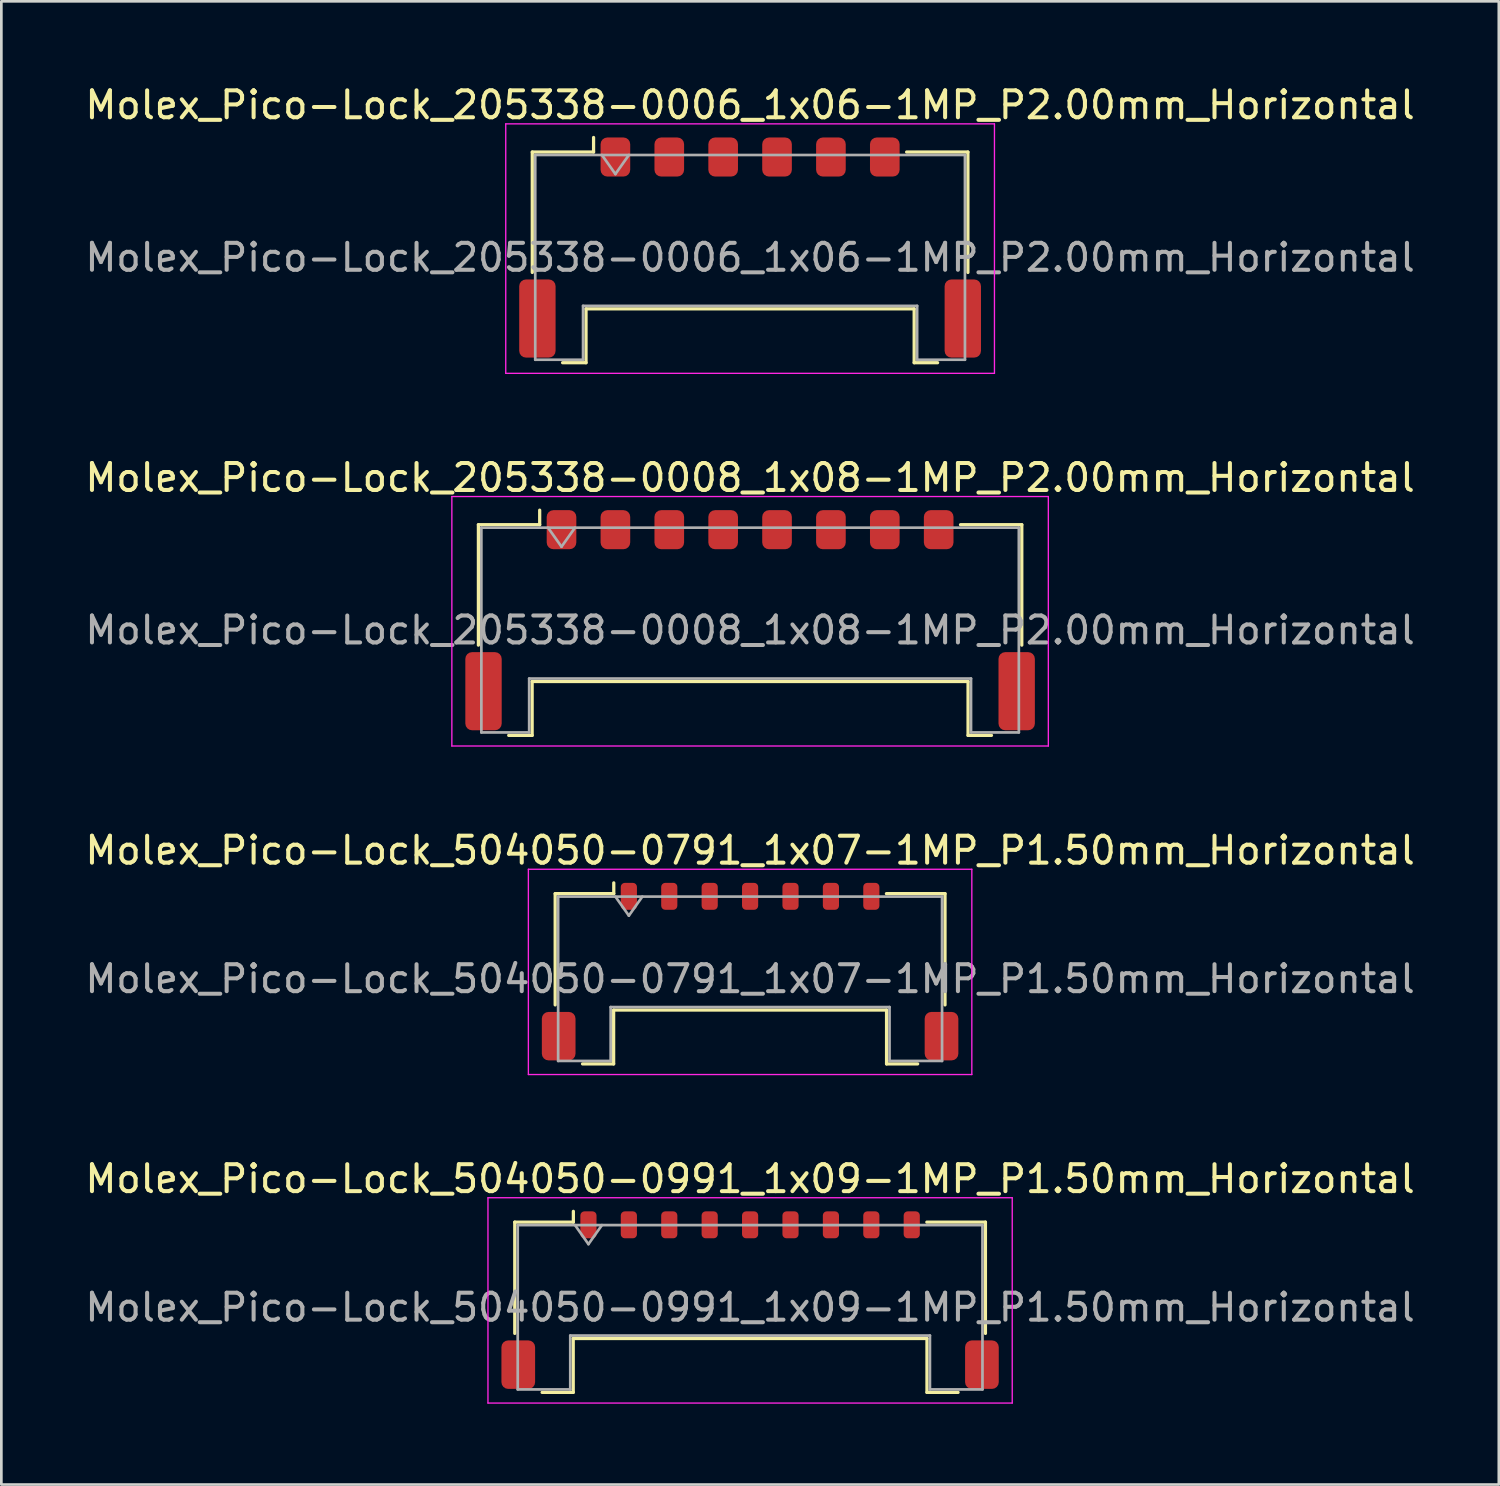
<source format=kicad_pcb>
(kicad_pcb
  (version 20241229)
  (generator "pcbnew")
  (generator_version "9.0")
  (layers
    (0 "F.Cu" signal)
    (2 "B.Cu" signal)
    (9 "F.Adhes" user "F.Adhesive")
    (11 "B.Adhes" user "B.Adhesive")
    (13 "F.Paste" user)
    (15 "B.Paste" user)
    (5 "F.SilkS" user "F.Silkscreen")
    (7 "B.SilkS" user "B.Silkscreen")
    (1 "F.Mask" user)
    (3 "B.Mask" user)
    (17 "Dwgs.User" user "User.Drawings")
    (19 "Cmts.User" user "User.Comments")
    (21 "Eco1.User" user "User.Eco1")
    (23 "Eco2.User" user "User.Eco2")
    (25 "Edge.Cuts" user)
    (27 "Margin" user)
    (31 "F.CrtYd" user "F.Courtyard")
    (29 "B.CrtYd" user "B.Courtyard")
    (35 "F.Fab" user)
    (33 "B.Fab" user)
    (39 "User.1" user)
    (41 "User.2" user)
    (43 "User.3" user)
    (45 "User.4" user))
  (footprint "Molex_Pico-Lock_504050-0991_1x09-1MP_P1.50mm_Horizontal"
    (layer "F.Cu")
    (at 24.792 45.208)
    (property "Reference" "Molex_Pico-Lock_504050-0991_1x09-1MP_P1.50mm_Horizontal" (at 0 -4.5 0) (layer "F.SilkS") (effects (font (size 1 1) (thickness 0.15))))
    (attr smd)
    (fp_line (start -8.735 -2.895) (end -6.56 -2.895) (stroke (width 0.12) (type solid)) (layer "F.SilkS"))
    (fp_line (start -8.735 1.235) (end -8.735 -2.895) (stroke (width 0.12) (type solid)) (layer "F.SilkS"))
    (fp_line (start -7.72 3.425) (end -6.565 3.425) (stroke (width 0.12) (type solid)) (layer "F.SilkS"))
    (fp_line (start -6.565 1.425) (end 6.565 1.425) (stroke (width 0.12) (type solid)) (layer "F.SilkS"))
    (fp_line (start -6.565 3.425) (end -6.565 1.425) (stroke (width 0.12) (type solid)) (layer "F.SilkS"))
    (fp_line (start -6.56 -2.895) (end -6.56 -3.295) (stroke (width 0.12) (type solid)) (layer "F.SilkS"))
    (fp_line (start 6.565 1.425) (end 6.565 3.425) (stroke (width 0.12) (type solid)) (layer "F.SilkS"))
    (fp_line (start 6.565 3.425) (end 7.72 3.425) (stroke (width 0.12) (type solid)) (layer "F.SilkS"))
    (fp_line (start 8.735 -2.895) (end 6.56 -2.895) (stroke (width 0.12) (type solid)) (layer "F.SilkS"))
    (fp_line (start 8.735 1.235) (end 8.735 -2.895) (stroke (width 0.12) (type solid)) (layer "F.SilkS"))
    (fp_line (start -9.73 -3.8) (end -9.73 3.82) (stroke (width 0.05) (type solid)) (layer "F.CrtYd"))
    (fp_line (start -9.73 3.82) (end 9.73 3.82) (stroke (width 0.05) (type solid)) (layer "F.CrtYd"))
    (fp_line (start 9.73 -3.8) (end -9.73 -3.8) (stroke (width 0.05) (type solid)) (layer "F.CrtYd"))
    (fp_line (start 9.73 3.82) (end 9.73 -3.8) (stroke (width 0.05) (type solid)) (layer "F.CrtYd"))
    (fp_line (start -8.625 -2.785) (end -8.625 3.315) (stroke (width 0.1) (type solid)) (layer "F.Fab"))
    (fp_line (start -8.625 -2.785) (end 8.625 -2.785) (stroke (width 0.1) (type solid)) (layer "F.Fab"))
    (fp_line (start -8.625 3.315) (end -6.675 3.315) (stroke (width 0.1) (type solid)) (layer "F.Fab"))
    (fp_line (start -6.675 1.315) (end 6.675 1.315) (stroke (width 0.1) (type solid)) (layer "F.Fab"))
    (fp_line (start -6.675 3.315) (end -6.675 1.315) (stroke (width 0.1) (type solid)) (layer "F.Fab"))
    (fp_line (start -6.5 -2.785) (end -6 -2.078) (stroke (width 0.1) (type solid)) (layer "F.Fab"))
    (fp_line (start -6 -2.078) (end -5.5 -2.785) (stroke (width 0.1) (type solid)) (layer "F.Fab"))
    (fp_line (start 6.675 1.315) (end 6.675 3.315) (stroke (width 0.1) (type solid)) (layer "F.Fab"))
    (fp_line (start 6.675 3.315) (end 8.625 3.315) (stroke (width 0.1) (type solid)) (layer "F.Fab"))
    (fp_line (start 8.625 -2.785) (end 8.625 3.315) (stroke (width 0.1) (type solid)) (layer "F.Fab"))
    (fp_text user "${REFERENCE}" (at 0 0.27 0) (layer "F.Fab") (effects (font (size 1 1) (thickness 0.15))))
    (pad "1" smd roundrect (at -6 -2.795) (size 0.6 1) (layers "F.Cu" "F.Mask" "F.Paste") (roundrect_rratio 0.25))
    (pad "2" smd roundrect (at -4.5 -2.795) (size 0.6 1) (layers "F.Cu" "F.Mask" "F.Paste") (roundrect_rratio 0.25))
    (pad "3" smd roundrect (at -3 -2.795) (size 0.6 1) (layers "F.Cu" "F.Mask" "F.Paste") (roundrect_rratio 0.25))
    (pad "4" smd roundrect (at -1.5 -2.795) (size 0.6 1) (layers "F.Cu" "F.Mask" "F.Paste") (roundrect_rratio 0.25))
    (pad "5" smd roundrect (at 0 -2.795) (size 0.6 1) (layers "F.Cu" "F.Mask" "F.Paste") (roundrect_rratio 0.25))
    (pad "6" smd roundrect (at 1.5 -2.795) (size 0.6 1) (layers "F.Cu" "F.Mask" "F.Paste") (roundrect_rratio 0.25))
    (pad "7" smd roundrect (at 3 -2.795) (size 0.6 1) (layers "F.Cu" "F.Mask" "F.Paste") (roundrect_rratio 0.25))
    (pad "8" smd roundrect (at 4.5 -2.795) (size 0.6 1) (layers "F.Cu" "F.Mask" "F.Paste") (roundrect_rratio 0.25))
    (pad "9" smd roundrect (at 6 -2.795) (size 0.6 1) (layers "F.Cu" "F.Mask" "F.Paste") (roundrect_rratio 0.25))
    (pad "MP" smd roundrect (at -8.605 2.395) (size 1.25 1.8) (layers "F.Cu" "F.Mask" "F.Paste") (roundrect_rratio 0.2))
    (pad "MP" smd roundrect (at 8.605 2.395) (size 1.25 1.8) (layers "F.Cu" "F.Mask" "F.Paste") (roundrect_rratio 0.2)))
  (footprint "Molex_Pico-Lock_504050-0791_1x07-1MP_P1.50mm_Horizontal"
    (layer "F.Cu")
    (at 24.792 33.015)
    (property "Reference" "Molex_Pico-Lock_504050-0791_1x07-1MP_P1.50mm_Horizontal" (at 0 -4.5 0) (layer "F.SilkS") (effects (font (size 1 1) (thickness 0.15))))
    (attr smd)
    (fp_line (start -7.235 -2.895) (end -5.06 -2.895) (stroke (width 0.12) (type solid)) (layer "F.SilkS"))
    (fp_line (start -7.235 1.235) (end -7.235 -2.895) (stroke (width 0.12) (type solid)) (layer "F.SilkS"))
    (fp_line (start -6.22 3.425) (end -5.065 3.425) (stroke (width 0.12) (type solid)) (layer "F.SilkS"))
    (fp_line (start -5.065 1.425) (end 5.065 1.425) (stroke (width 0.12) (type solid)) (layer "F.SilkS"))
    (fp_line (start -5.065 3.425) (end -5.065 1.425) (stroke (width 0.12) (type solid)) (layer "F.SilkS"))
    (fp_line (start -5.06 -2.895) (end -5.06 -3.295) (stroke (width 0.12) (type solid)) (layer "F.SilkS"))
    (fp_line (start 5.065 1.425) (end 5.065 3.425) (stroke (width 0.12) (type solid)) (layer "F.SilkS"))
    (fp_line (start 5.065 3.425) (end 6.22 3.425) (stroke (width 0.12) (type solid)) (layer "F.SilkS"))
    (fp_line (start 7.235 -2.895) (end 5.06 -2.895) (stroke (width 0.12) (type solid)) (layer "F.SilkS"))
    (fp_line (start 7.235 1.235) (end 7.235 -2.895) (stroke (width 0.12) (type solid)) (layer "F.SilkS"))
    (fp_line (start -8.23 -3.8) (end -8.23 3.82) (stroke (width 0.05) (type solid)) (layer "F.CrtYd"))
    (fp_line (start -8.23 3.82) (end 8.23 3.82) (stroke (width 0.05) (type solid)) (layer "F.CrtYd"))
    (fp_line (start 8.23 -3.8) (end -8.23 -3.8) (stroke (width 0.05) (type solid)) (layer "F.CrtYd"))
    (fp_line (start 8.23 3.82) (end 8.23 -3.8) (stroke (width 0.05) (type solid)) (layer "F.CrtYd"))
    (fp_line (start -7.125 -2.785) (end -7.125 3.315) (stroke (width 0.1) (type solid)) (layer "F.Fab"))
    (fp_line (start -7.125 -2.785) (end 7.125 -2.785) (stroke (width 0.1) (type solid)) (layer "F.Fab"))
    (fp_line (start -7.125 3.315) (end -5.175 3.315) (stroke (width 0.1) (type solid)) (layer "F.Fab"))
    (fp_line (start -5.175 1.315) (end 5.175 1.315) (stroke (width 0.1) (type solid)) (layer "F.Fab"))
    (fp_line (start -5.175 3.315) (end -5.175 1.315) (stroke (width 0.1) (type solid)) (layer "F.Fab"))
    (fp_line (start -5 -2.785) (end -4.5 -2.078) (stroke (width 0.1) (type solid)) (layer "F.Fab"))
    (fp_line (start -4.5 -2.078) (end -4 -2.785) (stroke (width 0.1) (type solid)) (layer "F.Fab"))
    (fp_line (start 5.175 1.315) (end 5.175 3.315) (stroke (width 0.1) (type solid)) (layer "F.Fab"))
    (fp_line (start 5.175 3.315) (end 7.125 3.315) (stroke (width 0.1) (type solid)) (layer "F.Fab"))
    (fp_line (start 7.125 -2.785) (end 7.125 3.315) (stroke (width 0.1) (type solid)) (layer "F.Fab"))
    (fp_text user "${REFERENCE}" (at 0 0.27 0) (layer "F.Fab") (effects (font (size 1 1) (thickness 0.15))))
    (pad "1" smd roundrect (at -4.5 -2.795) (size 0.6 1) (layers "F.Cu" "F.Mask" "F.Paste") (roundrect_rratio 0.25))
    (pad "2" smd roundrect (at -3 -2.795) (size 0.6 1) (layers "F.Cu" "F.Mask" "F.Paste") (roundrect_rratio 0.25))
    (pad "3" smd roundrect (at -1.5 -2.795) (size 0.6 1) (layers "F.Cu" "F.Mask" "F.Paste") (roundrect_rratio 0.25))
    (pad "4" smd roundrect (at 0 -2.795) (size 0.6 1) (layers "F.Cu" "F.Mask" "F.Paste") (roundrect_rratio 0.25))
    (pad "5" smd roundrect (at 1.5 -2.795) (size 0.6 1) (layers "F.Cu" "F.Mask" "F.Paste") (roundrect_rratio 0.25))
    (pad "6" smd roundrect (at 3 -2.795) (size 0.6 1) (layers "F.Cu" "F.Mask" "F.Paste") (roundrect_rratio 0.25))
    (pad "7" smd roundrect (at 4.5 -2.795) (size 0.6 1) (layers "F.Cu" "F.Mask" "F.Paste") (roundrect_rratio 0.25))
    (pad "MP" smd roundrect (at -7.105 2.395) (size 1.25 1.8) (layers "F.Cu" "F.Mask" "F.Paste") (roundrect_rratio 0.2))
    (pad "MP" smd roundrect (at 7.105 2.395) (size 1.25 1.8) (layers "F.Cu" "F.Mask" "F.Paste") (roundrect_rratio 0.2)))
  (footprint "Molex_Pico-Lock_205338-0006_1x06-1MP_P2.00mm_Horizontal"
    (layer "F.Cu")
    (at 24.792 6.138)
    (property "Reference" "Molex_Pico-Lock_205338-0006_1x06-1MP_P2.00mm_Horizontal" (at 0 -5.29 0) (layer "F.SilkS") (effects (font (size 1 1) (thickness 0.15))))
    (attr smd)
    (fp_line (start -8.085 -3.545) (end -5.81 -3.545) (stroke (width 0.12) (type solid)) (layer "F.SilkS"))
    (fp_line (start -8.085 0.925) (end -8.085 -3.545) (stroke (width 0.12) (type solid)) (layer "F.SilkS"))
    (fp_line (start -6.96 4.275) (end -6.09 4.275) (stroke (width 0.12) (type solid)) (layer "F.SilkS"))
    (fp_line (start -6.09 2.275) (end 6.09 2.275) (stroke (width 0.12) (type solid)) (layer "F.SilkS"))
    (fp_line (start -6.09 4.275) (end -6.09 2.275) (stroke (width 0.12) (type solid)) (layer "F.SilkS"))
    (fp_line (start -5.81 -3.545) (end -5.81 -4.085) (stroke (width 0.12) (type solid)) (layer "F.SilkS"))
    (fp_line (start 6.09 2.275) (end 6.09 4.275) (stroke (width 0.12) (type solid)) (layer "F.SilkS"))
    (fp_line (start 6.09 4.275) (end 6.96 4.275) (stroke (width 0.12) (type solid)) (layer "F.SilkS"))
    (fp_line (start 8.085 -3.545) (end 5.81 -3.545) (stroke (width 0.12) (type solid)) (layer "F.SilkS"))
    (fp_line (start 8.085 0.925) (end 8.085 -3.545) (stroke (width 0.12) (type solid)) (layer "F.SilkS"))
    (fp_line (start -9.07 -4.59) (end -9.07 4.67) (stroke (width 0.05) (type solid)) (layer "F.CrtYd"))
    (fp_line (start -9.07 4.67) (end 9.07 4.67) (stroke (width 0.05) (type solid)) (layer "F.CrtYd"))
    (fp_line (start 9.07 -4.59) (end -9.07 -4.59) (stroke (width 0.05) (type solid)) (layer "F.CrtYd"))
    (fp_line (start 9.07 4.67) (end 9.07 -4.59) (stroke (width 0.05) (type solid)) (layer "F.CrtYd"))
    (fp_line (start -7.975 -3.435) (end -7.975 4.165) (stroke (width 0.1) (type solid)) (layer "F.Fab"))
    (fp_line (start -7.975 -3.435) (end 7.975 -3.435) (stroke (width 0.1) (type solid)) (layer "F.Fab"))
    (fp_line (start -7.975 4.165) (end -6.2 4.165) (stroke (width 0.1) (type solid)) (layer "F.Fab"))
    (fp_line (start -6.2 2.165) (end 6.2 2.165) (stroke (width 0.1) (type solid)) (layer "F.Fab"))
    (fp_line (start -6.2 4.165) (end -6.2 2.165) (stroke (width 0.1) (type solid)) (layer "F.Fab"))
    (fp_line (start -5.5 -3.435) (end -5 -2.728) (stroke (width 0.1) (type solid)) (layer "F.Fab"))
    (fp_line (start -5 -2.728) (end -4.5 -3.435) (stroke (width 0.1) (type solid)) (layer "F.Fab"))
    (fp_line (start 6.2 2.165) (end 6.2 4.165) (stroke (width 0.1) (type solid)) (layer "F.Fab"))
    (fp_line (start 6.2 4.165) (end 7.975 4.165) (stroke (width 0.1) (type solid)) (layer "F.Fab"))
    (fp_line (start 7.975 -3.435) (end 7.975 4.165) (stroke (width 0.1) (type solid)) (layer "F.Fab"))
    (fp_text user "${REFERENCE}" (at 0 0.37 0) (layer "F.Fab") (effects (font (size 1 1) (thickness 0.15))))
    (pad "1" smd roundrect (at -5 -3.36) (size 1.1 1.45) (layers "F.Cu" "F.Mask" "F.Paste") (roundrect_rratio 0.227))
    (pad "2" smd roundrect (at -3 -3.36) (size 1.1 1.45) (layers "F.Cu" "F.Mask" "F.Paste") (roundrect_rratio 0.227))
    (pad "3" smd roundrect (at -1 -3.36) (size 1.1 1.45) (layers "F.Cu" "F.Mask" "F.Paste") (roundrect_rratio 0.227))
    (pad "4" smd roundrect (at 1 -3.36) (size 1.1 1.45) (layers "F.Cu" "F.Mask" "F.Paste") (roundrect_rratio 0.227))
    (pad "5" smd roundrect (at 3 -3.36) (size 1.1 1.45) (layers "F.Cu" "F.Mask" "F.Paste") (roundrect_rratio 0.227))
    (pad "6" smd roundrect (at 5 -3.36) (size 1.1 1.45) (layers "F.Cu" "F.Mask" "F.Paste") (roundrect_rratio 0.227))
    (pad "MP" smd roundrect (at -7.895 2.635) (size 1.35 2.9) (layers "F.Cu" "F.Mask" "F.Paste") (roundrect_rratio 0.185))
    (pad "MP" smd roundrect (at 7.895 2.635) (size 1.35 2.9) (layers "F.Cu" "F.Mask" "F.Paste") (roundrect_rratio 0.185)))
  (footprint "Molex_Pico-Lock_205338-0008_1x08-1MP_P2.00mm_Horizontal"
    (layer "F.Cu")
    (at 24.792 19.971)
    (property "Reference" "Molex_Pico-Lock_205338-0008_1x08-1MP_P2.00mm_Horizontal" (at 0 -5.29 0) (layer "F.SilkS") (effects (font (size 1 1) (thickness 0.15))))
    (attr smd)
    (fp_line (start -10.085 -3.545) (end -7.81 -3.545) (stroke (width 0.12) (type solid)) (layer "F.SilkS"))
    (fp_line (start -10.085 0.925) (end -10.085 -3.545) (stroke (width 0.12) (type solid)) (layer "F.SilkS"))
    (fp_line (start -8.96 4.275) (end -8.09 4.275) (stroke (width 0.12) (type solid)) (layer "F.SilkS"))
    (fp_line (start -8.09 2.275) (end 8.09 2.275) (stroke (width 0.12) (type solid)) (layer "F.SilkS"))
    (fp_line (start -8.09 4.275) (end -8.09 2.275) (stroke (width 0.12) (type solid)) (layer "F.SilkS"))
    (fp_line (start -7.81 -3.545) (end -7.81 -4.085) (stroke (width 0.12) (type solid)) (layer "F.SilkS"))
    (fp_line (start 8.09 2.275) (end 8.09 4.275) (stroke (width 0.12) (type solid)) (layer "F.SilkS"))
    (fp_line (start 8.09 4.275) (end 8.96 4.275) (stroke (width 0.12) (type solid)) (layer "F.SilkS"))
    (fp_line (start 10.085 -3.545) (end 7.81 -3.545) (stroke (width 0.12) (type solid)) (layer "F.SilkS"))
    (fp_line (start 10.085 0.925) (end 10.085 -3.545) (stroke (width 0.12) (type solid)) (layer "F.SilkS"))
    (fp_line (start -11.07 -4.59) (end -11.07 4.67) (stroke (width 0.05) (type solid)) (layer "F.CrtYd"))
    (fp_line (start -11.07 4.67) (end 11.07 4.67) (stroke (width 0.05) (type solid)) (layer "F.CrtYd"))
    (fp_line (start 11.07 -4.59) (end -11.07 -4.59) (stroke (width 0.05) (type solid)) (layer "F.CrtYd"))
    (fp_line (start 11.07 4.67) (end 11.07 -4.59) (stroke (width 0.05) (type solid)) (layer "F.CrtYd"))
    (fp_line (start -9.975 -3.435) (end -9.975 4.165) (stroke (width 0.1) (type solid)) (layer "F.Fab"))
    (fp_line (start -9.975 -3.435) (end 9.975 -3.435) (stroke (width 0.1) (type solid)) (layer "F.Fab"))
    (fp_line (start -9.975 4.165) (end -8.2 4.165) (stroke (width 0.1) (type solid)) (layer "F.Fab"))
    (fp_line (start -8.2 2.165) (end 8.2 2.165) (stroke (width 0.1) (type solid)) (layer "F.Fab"))
    (fp_line (start -8.2 4.165) (end -8.2 2.165) (stroke (width 0.1) (type solid)) (layer "F.Fab"))
    (fp_line (start -7.5 -3.435) (end -7 -2.728) (stroke (width 0.1) (type solid)) (layer "F.Fab"))
    (fp_line (start -7 -2.728) (end -6.5 -3.435) (stroke (width 0.1) (type solid)) (layer "F.Fab"))
    (fp_line (start 8.2 2.165) (end 8.2 4.165) (stroke (width 0.1) (type solid)) (layer "F.Fab"))
    (fp_line (start 8.2 4.165) (end 9.975 4.165) (stroke (width 0.1) (type solid)) (layer "F.Fab"))
    (fp_line (start 9.975 -3.435) (end 9.975 4.165) (stroke (width 0.1) (type solid)) (layer "F.Fab"))
    (fp_text user "${REFERENCE}" (at 0 0.37 0) (layer "F.Fab") (effects (font (size 1 1) (thickness 0.15))))
    (pad "1" smd roundrect (at -7 -3.36) (size 1.1 1.45) (layers "F.Cu" "F.Mask" "F.Paste") (roundrect_rratio 0.227))
    (pad "2" smd roundrect (at -5 -3.36) (size 1.1 1.45) (layers "F.Cu" "F.Mask" "F.Paste") (roundrect_rratio 0.227))
    (pad "3" smd roundrect (at -3 -3.36) (size 1.1 1.45) (layers "F.Cu" "F.Mask" "F.Paste") (roundrect_rratio 0.227))
    (pad "4" smd roundrect (at -1 -3.36) (size 1.1 1.45) (layers "F.Cu" "F.Mask" "F.Paste") (roundrect_rratio 0.227))
    (pad "5" smd roundrect (at 1 -3.36) (size 1.1 1.45) (layers "F.Cu" "F.Mask" "F.Paste") (roundrect_rratio 0.227))
    (pad "6" smd roundrect (at 3 -3.36) (size 1.1 1.45) (layers "F.Cu" "F.Mask" "F.Paste") (roundrect_rratio 0.227))
    (pad "7" smd roundrect (at 5 -3.36) (size 1.1 1.45) (layers "F.Cu" "F.Mask" "F.Paste") (roundrect_rratio 0.227))
    (pad "8" smd roundrect (at 7 -3.36) (size 1.1 1.45) (layers "F.Cu" "F.Mask" "F.Paste") (roundrect_rratio 0.227))
    (pad "MP" smd roundrect (at -9.895 2.635) (size 1.35 2.9) (layers "F.Cu" "F.Mask" "F.Paste") (roundrect_rratio 0.185))
    (pad "MP" smd roundrect (at 9.895 2.635) (size 1.35 2.9) (layers "F.Cu" "F.Mask" "F.Paste") (roundrect_rratio 0.185)))
  (gr_rect
    (start -3 -3)
    (end 52.583 52.053)
    (stroke (width 0.1) (type default))
    (fill no)
    (layer "Edge.Cuts")))
</source>
